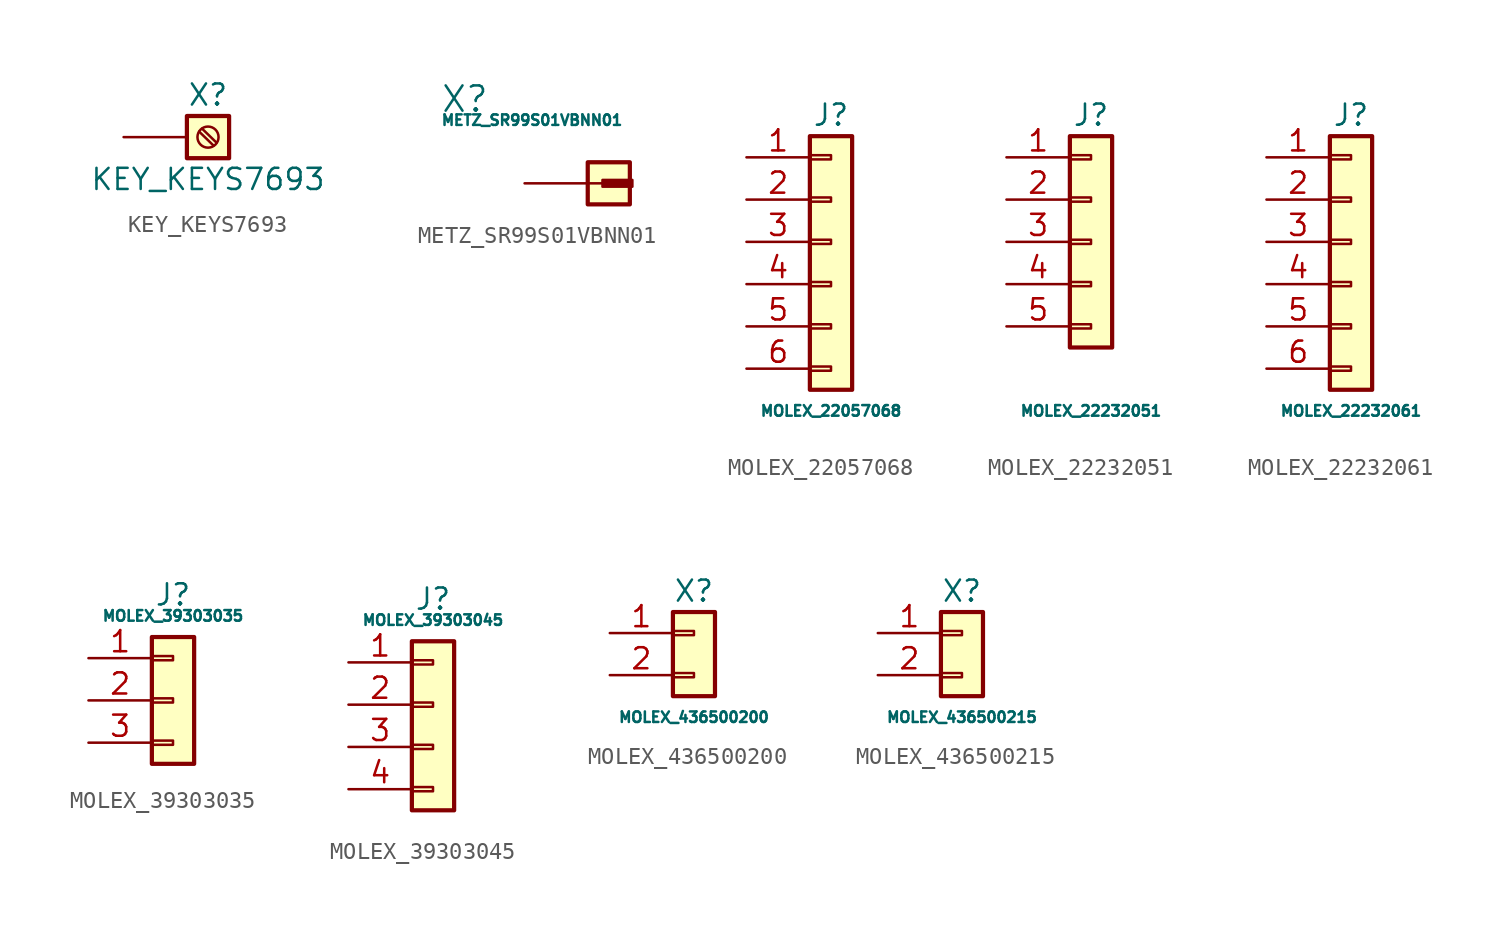
<source format=kicad_sym>
(kicad_symbol_lib
  (version 20220914)
  (generator kicad_symbol_editor)
  (symbol "KEY_KEYS7693"
    (pin_numbers hide)
    (pin_names
      (offset 1.016) hide)
    (property "Reference" "X"
      (at 0 2.54 0)
      (effects (font (size 1.27 1.27))))
    (property "Value" "KEY_KEYS7693"
      (at 0 -2.54 0)
      (effects (font (size 1.27 1.27))))
    (symbol "KEY_KEYS7693_1_1"
      (rectangle (start -1.27 1.27) (end 1.27 -1.27) (stroke (width 0.254) (type default)) (fill (type background)))
      (polyline (pts (xy -0.533 0.33) (xy 0.33 -0.508)) (stroke (width 0.152) (type default)) (fill (type none)))
      (polyline (pts (xy -0.356 0.508) (xy 0.508 -0.33)) (stroke (width 0.152) (type default)) (fill (type none)))
      (circle (center 0 0) (radius 0.635) (stroke (width 0.152) (type default)) (fill (type none)))
      (pin passive line (at -5.08 0 0) (length 3.81) (name "Pin_1" (effects (font (size 1.27 1.27)))) (number "1" (effects (font (size 1.27 1.27)))))))
  (symbol "METZ_SR99S01VBNN01"
    (pin_numbers hide)
    (pin_names
      (offset 0.254) hide)
    (property "Reference" "X"
      (at -5.08 5.08 0)
      (effects (font (size 1.524 1.524)) (justify left)))
    (property "Value" "METZ_SR99S01VBNN01"
      (at -5.08 3.81 0)
      (effects (font (size 0.635 0.635)) (justify left)))
    (symbol "METZ_SR99S01VBNN01_1_1"
      (polyline (pts (xy 3.81 0) (xy 4.699 0)) (stroke (width 0) (type default)) (fill (type none)))
      (rectangle (start 3.81 1.27) (end 6.35 -1.27) (stroke (width 0.254) (type default)) (fill (type background)))
      (rectangle (start 4.699 0.203) (end 6.502 -0.203) (stroke (width 0.152) (type default)) (fill (type outline)))
      (pin passive line (at 0 0 0) (length 3.81) (name "Pin_1" (effects (font (size 1.27 1.27)))) (number "1" (effects (font (size 1.27 1.27)))))))
  (symbol "MOLEX_22057068"
    (pin_names
      (offset 1.016) hide)
    (property "Reference" "J"
      (at 0 7.62 0)
      (effects (font (size 1.27 1.27))))
    (property "Value" "MOLEX_22057068"
      (at 0 -10.16 0)
      (effects (font (size 0.635 0.635))))
    (symbol "MOLEX_22057068_1_1"
      (rectangle (start -1.27 -7.493) (end 0 -7.747) (stroke (width 0.152) (type default)) (fill (type none)))
      (rectangle (start -1.27 -4.953) (end 0 -5.207) (stroke (width 0.152) (type default)) (fill (type none)))
      (rectangle (start -1.27 -2.413) (end 0 -2.667) (stroke (width 0.152) (type default)) (fill (type none)))
      (rectangle (start -1.27 0.127) (end 0 -0.127) (stroke (width 0.152) (type default)) (fill (type none)))
      (rectangle (start -1.27 2.667) (end 0 2.413) (stroke (width 0.152) (type default)) (fill (type none)))
      (rectangle (start -1.27 5.207) (end 0 4.953) (stroke (width 0.152) (type default)) (fill (type none)))
      (rectangle (start -1.27 6.35) (end 1.27 -8.89) (stroke (width 0.254) (type default)) (fill (type background)))
      (pin passive line (at -5.08 5.08 0) (length 3.81) (name "Pin_1" (effects (font (size 1.27 1.27)))) (number "1" (effects (font (size 1.27 1.27)))))
      (pin passive line (at -5.08 2.54 0) (length 3.81) (name "Pin_2" (effects (font (size 1.27 1.27)))) (number "2" (effects (font (size 1.27 1.27)))))
      (pin passive line (at -5.08 0 0) (length 3.81) (name "Pin_3" (effects (font (size 1.27 1.27)))) (number "3" (effects (font (size 1.27 1.27)))))
      (pin passive line (at -5.08 -2.54 0) (length 3.81) (name "Pin_4" (effects (font (size 1.27 1.27)))) (number "4" (effects (font (size 1.27 1.27)))))
      (pin passive line (at -5.08 -5.08 0) (length 3.81) (name "Pin_5" (effects (font (size 1.27 1.27)))) (number "5" (effects (font (size 1.27 1.27)))))
      (pin passive line (at -5.08 -7.62 0) (length 3.81) (name "Pin_6" (effects (font (size 1.27 1.27)))) (number "6" (effects (font (size 1.27 1.27)))))))
  (symbol "MOLEX_22232051"
    (pin_names
      (offset 1.016) hide)
    (property "Reference" "J"
      (at 0 7.62 0)
      (effects (font (size 1.27 1.27))))
    (property "Value" "MOLEX_22232051"
      (at 0 -10.16 0)
      (effects (font (size 0.635 0.635))))
    (symbol "MOLEX_22232051_0_1"
      (rectangle (start 1.27 6.35) (end -1.27 -6.35) (stroke (width 0.254) (type default)) (fill (type background))))
    (symbol "MOLEX_22232051_1_1"
      (rectangle (start -1.27 -4.953) (end 0 -5.207) (stroke (width 0.152) (type default)) (fill (type none)))
      (rectangle (start -1.27 -2.413) (end 0 -2.667) (stroke (width 0.152) (type default)) (fill (type none)))
      (rectangle (start -1.27 0.127) (end 0 -0.127) (stroke (width 0.152) (type default)) (fill (type none)))
      (rectangle (start -1.27 2.667) (end 0 2.413) (stroke (width 0.152) (type default)) (fill (type none)))
      (rectangle (start -1.27 5.207) (end 0 4.953) (stroke (width 0.152) (type default)) (fill (type none)))
      (pin passive line (at -5.08 5.08 0) (length 3.81) (name "Pin_1" (effects (font (size 1.27 1.27)))) (number "1" (effects (font (size 1.27 1.27)))))
      (pin passive line (at -5.08 2.54 0) (length 3.81) (name "Pin_2" (effects (font (size 1.27 1.27)))) (number "2" (effects (font (size 1.27 1.27)))))
      (pin passive line (at -5.08 0 0) (length 3.81) (name "Pin_3" (effects (font (size 1.27 1.27)))) (number "3" (effects (font (size 1.27 1.27)))))
      (pin passive line (at -5.08 -2.54 0) (length 3.81) (name "Pin_4" (effects (font (size 1.27 1.27)))) (number "4" (effects (font (size 1.27 1.27)))))
      (pin passive line (at -5.08 -5.08 0) (length 3.81) (name "Pin_5" (effects (font (size 1.27 1.27)))) (number "5" (effects (font (size 1.27 1.27)))))))
  (symbol "MOLEX_22232061"
    (pin_names
      (offset 1.016) hide)
    (property "Reference" "J"
      (at 0 7.62 0)
      (effects (font (size 1.27 1.27))))
    (property "Value" "MOLEX_22232061"
      (at 0 -10.16 0)
      (effects (font (size 0.635 0.635))))
    (symbol "MOLEX_22232061_1_1"
      (rectangle (start -1.27 -7.493) (end 0 -7.747) (stroke (width 0.152) (type default)) (fill (type none)))
      (rectangle (start -1.27 -4.953) (end 0 -5.207) (stroke (width 0.152) (type default)) (fill (type none)))
      (rectangle (start -1.27 -2.413) (end 0 -2.667) (stroke (width 0.152) (type default)) (fill (type none)))
      (rectangle (start -1.27 0.127) (end 0 -0.127) (stroke (width 0.152) (type default)) (fill (type none)))
      (rectangle (start -1.27 2.667) (end 0 2.413) (stroke (width 0.152) (type default)) (fill (type none)))
      (rectangle (start -1.27 5.207) (end 0 4.953) (stroke (width 0.152) (type default)) (fill (type none)))
      (rectangle (start -1.27 6.35) (end 1.27 -8.89) (stroke (width 0.254) (type default)) (fill (type background)))
      (pin passive line (at -5.08 5.08 0) (length 3.81) (name "Pin_1" (effects (font (size 1.27 1.27)))) (number "1" (effects (font (size 1.27 1.27)))))
      (pin passive line (at -5.08 2.54 0) (length 3.81) (name "Pin_2" (effects (font (size 1.27 1.27)))) (number "2" (effects (font (size 1.27 1.27)))))
      (pin passive line (at -5.08 0 0) (length 3.81) (name "Pin_3" (effects (font (size 1.27 1.27)))) (number "3" (effects (font (size 1.27 1.27)))))
      (pin passive line (at -5.08 -2.54 0) (length 3.81) (name "Pin_4" (effects (font (size 1.27 1.27)))) (number "4" (effects (font (size 1.27 1.27)))))
      (pin passive line (at -5.08 -5.08 0) (length 3.81) (name "Pin_5" (effects (font (size 1.27 1.27)))) (number "5" (effects (font (size 1.27 1.27)))))
      (pin passive line (at -5.08 -7.62 0) (length 3.81) (name "Pin_6" (effects (font (size 1.27 1.27)))) (number "6" (effects (font (size 1.27 1.27)))))))
  (symbol "MOLEX_39303035"
    (pin_names
      (offset 1.016) hide)
    (property "Reference" "J"
      (at 0 5.08 0)
      (effects (font (size 1.27 1.27))))
    (property "Value" "MOLEX_39303035"
      (at 0 3.81 0)
      (effects (font (size 0.635 0.635))))
    (symbol "MOLEX_39303035_1_1"
      (rectangle (start -1.27 -3.683) (end 0 -3.937) (stroke (width 0.152) (type default)) (fill (type none)))
      (rectangle (start -1.27 -1.143) (end 0 -1.397) (stroke (width 0.152) (type default)) (fill (type none)))
      (rectangle (start -1.27 1.397) (end 0 1.143) (stroke (width 0.152) (type default)) (fill (type none)))
      (rectangle (start -1.27 2.54) (end 1.27 -5.08) (stroke (width 0.254) (type default)) (fill (type background)))
      (pin passive line (at -5.08 1.27 0) (length 3.81) (name "Pin_1" (effects (font (size 1.27 1.27)))) (number "1" (effects (font (size 1.27 1.27)))))
      (pin passive line (at -5.08 -1.27 0) (length 3.81) (name "Pin_2" (effects (font (size 1.27 1.27)))) (number "2" (effects (font (size 1.27 1.27)))))
      (pin passive line (at -5.08 -3.81 0) (length 3.81) (name "Pin_3" (effects (font (size 1.27 1.27)))) (number "3" (effects (font (size 1.27 1.27)))))))
  (symbol "MOLEX_39303045"
    (pin_names
      (offset 1.016) hide)
    (property "Reference" "J"
      (at 0 5.08 0)
      (effects (font (size 1.27 1.27))))
    (property "Value" "MOLEX_39303045"
      (at 0 3.81 0)
      (effects (font (size 0.635 0.635))))
    (symbol "MOLEX_39303045_1_1"
      (rectangle (start -1.27 -6.223) (end 0 -6.477) (stroke (width 0.152) (type default)) (fill (type none)))
      (rectangle (start -1.27 -3.683) (end 0 -3.937) (stroke (width 0.152) (type default)) (fill (type none)))
      (rectangle (start -1.27 -1.143) (end 0 -1.397) (stroke (width 0.152) (type default)) (fill (type none)))
      (rectangle (start -1.27 1.397) (end 0 1.143) (stroke (width 0.152) (type default)) (fill (type none)))
      (rectangle (start -1.27 2.54) (end 1.27 -7.62) (stroke (width 0.254) (type default)) (fill (type background)))
      (pin passive line (at -5.08 1.27 0) (length 3.81) (name "Pin_1" (effects (font (size 1.27 1.27)))) (number "1" (effects (font (size 1.27 1.27)))))
      (pin passive line (at -5.08 -1.27 0) (length 3.81) (name "Pin_2" (effects (font (size 1.27 1.27)))) (number "2" (effects (font (size 1.27 1.27)))))
      (pin passive line (at -5.08 -3.81 0) (length 3.81) (name "Pin_3" (effects (font (size 1.27 1.27)))) (number "3" (effects (font (size 1.27 1.27)))))
      (pin passive line (at -5.08 -6.35 0) (length 3.81) (name "Pin_4" (effects (font (size 1.27 1.27)))) (number "4" (effects (font (size 1.27 1.27)))))))
  (symbol "MOLEX_436500200"
    (pin_names
      (offset 1.016) hide)
    (property "Reference" "X"
      (at 0 2.54 0)
      (effects (font (size 1.27 1.27))))
    (property "Value" "MOLEX_436500200"
      (at 0 -5.08 0)
      (effects (font (size 0.635 0.635))))
    (symbol "MOLEX_436500200_1_1"
      (rectangle (start -1.27 -2.413) (end 0 -2.667) (stroke (width 0.152) (type default)) (fill (type none)))
      (rectangle (start -1.27 0.127) (end 0 -0.127) (stroke (width 0.152) (type default)) (fill (type none)))
      (rectangle (start -1.27 1.27) (end 1.27 -3.81) (stroke (width 0.254) (type default)) (fill (type background)))
      (pin passive line (at -5.08 0 0) (length 3.81) (name "Pin_1" (effects (font (size 1.27 1.27)))) (number "1" (effects (font (size 1.27 1.27)))))
      (pin passive line (at -5.08 -2.54 0) (length 3.81) (name "Pin_2" (effects (font (size 1.27 1.27)))) (number "2" (effects (font (size 1.27 1.27)))))))
  (symbol "MOLEX_436500215"
    (pin_names
      (offset 1.016) hide)
    (property "Reference" "X"
      (at 0 2.54 0)
      (effects (font (size 1.27 1.27))))
    (property "Value" "MOLEX_436500215"
      (at 0 -5.08 0)
      (effects (font (size 0.635 0.635))))
    (symbol "MOLEX_436500215_1_1"
      (rectangle (start -1.27 -2.413) (end 0 -2.667) (stroke (width 0.152) (type default)) (fill (type none)))
      (rectangle (start -1.27 0.127) (end 0 -0.127) (stroke (width 0.152) (type default)) (fill (type none)))
      (rectangle (start -1.27 1.27) (end 1.27 -3.81) (stroke (width 0.254) (type default)) (fill (type background)))
      (pin passive line (at -5.08 0 0) (length 3.81) (name "Pin_1" (effects (font (size 1.27 1.27)))) (number "1" (effects (font (size 1.27 1.27)))))
      (pin passive line (at -5.08 -2.54 0) (length 3.81) (name "Pin_2" (effects (font (size 1.27 1.27)))) (number "2" (effects (font (size 1.27 1.27))))))))
</source>
